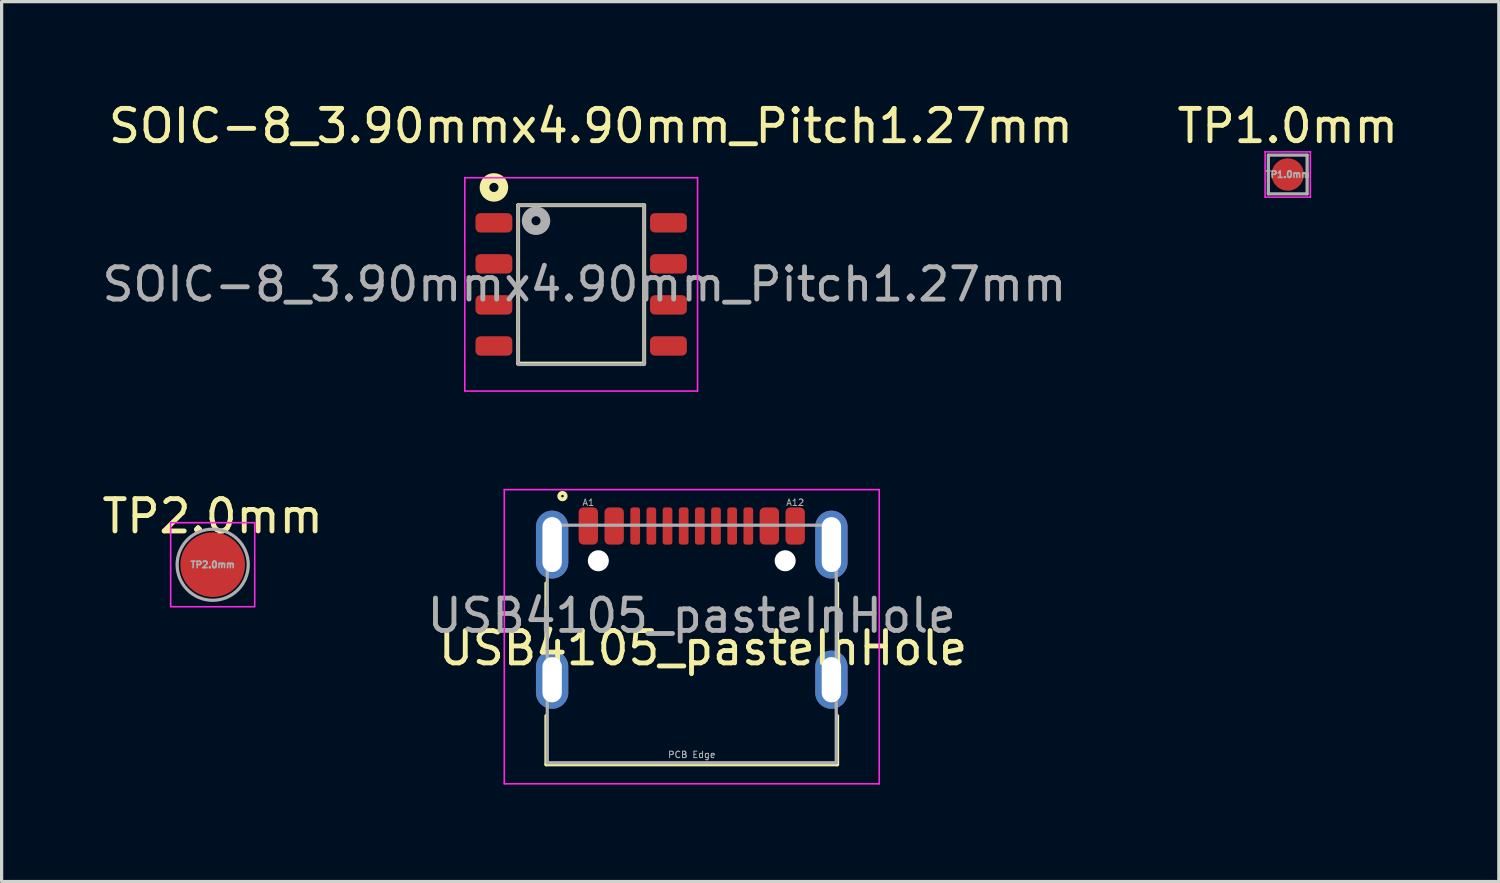
<source format=kicad_pcb>
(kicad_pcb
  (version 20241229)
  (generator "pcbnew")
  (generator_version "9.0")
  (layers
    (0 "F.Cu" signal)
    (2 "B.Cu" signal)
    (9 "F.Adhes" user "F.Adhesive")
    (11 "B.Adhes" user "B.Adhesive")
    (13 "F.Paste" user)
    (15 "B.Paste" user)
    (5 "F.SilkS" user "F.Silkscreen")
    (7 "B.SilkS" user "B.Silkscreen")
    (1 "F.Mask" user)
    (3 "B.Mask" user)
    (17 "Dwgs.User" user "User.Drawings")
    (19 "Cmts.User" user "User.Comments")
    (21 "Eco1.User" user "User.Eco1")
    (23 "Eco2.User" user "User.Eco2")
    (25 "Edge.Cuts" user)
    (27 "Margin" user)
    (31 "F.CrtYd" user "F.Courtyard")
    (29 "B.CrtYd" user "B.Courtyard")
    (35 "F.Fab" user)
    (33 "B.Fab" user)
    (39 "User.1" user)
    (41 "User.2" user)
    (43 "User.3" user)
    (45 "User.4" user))
  (footprint "USB4105_pasteInHole"
    (layer "F.Cu")
    (at 18.351 14.298)
    (property "Reference" "USB4105_pasteInHole" (at 0.35 2.705 180) (layer "F.SilkS") (effects (font (size 1 1) (thickness 0.15))))
    (attr smd)
    (fp_line (start -4.5 2.6) (end -4.5 0.7) (stroke (width 0.12) (type solid)) (layer "F.SilkS"))
    (fp_line (start -4.5 6.3) (end -4.5 4.8) (stroke (width 0.12) (type solid)) (layer "F.SilkS"))
    (fp_line (start 4.5 0.7) (end 4.5 2.6) (stroke (width 0.12) (type solid)) (layer "F.SilkS"))
    (fp_line (start 4.5 4.8) (end 4.5 6.3) (stroke (width 0.12) (type solid)) (layer "F.SilkS"))
    (fp_line (start 4.5 6.3) (end -4.5 6.3) (stroke (width 0.12) (type solid)) (layer "F.SilkS"))
    (fp_circle (center -4 -2) (end -3.9 -2) (stroke (width 0.12) (type solid)) (fill no) (layer "F.SilkS"))
    (fp_line (start -5.8 -2.2) (end 5.8 -2.2) (stroke (width 0.05) (type solid)) (layer "F.CrtYd"))
    (fp_line (start -5.8 6.9) (end -5.8 -2.2) (stroke (width 0.05) (type solid)) (layer "F.CrtYd"))
    (fp_line (start -5.8 6.9) (end 5.8 6.9) (stroke (width 0.05) (type solid)) (layer "F.CrtYd"))
    (fp_line (start 5.8 6.9) (end 5.8 -2.2) (stroke (width 0.05) (type solid)) (layer "F.CrtYd"))
    (fp_line (start -4.47 -1.1) (end -4.47 6.25) (stroke (width 0.1) (type solid)) (layer "F.Fab"))
    (fp_line (start -4.47 6.25) (end 4.47 6.25) (stroke (width 0.1) (type solid)) (layer "F.Fab"))
    (fp_line (start 4.47 -1.1) (end -4.47 -1.1) (stroke (width 0.1) (type solid)) (layer "F.Fab"))
    (fp_line (start 4.47 -1.1) (end 4.47 6.25) (stroke (width 0.1) (type solid)) (layer "F.Fab"))
    (fp_text user "${REFERENCE}" (at 0 1.7 180) (layer "F.Fab") (effects (font (size 1 1) (thickness 0.15))))
    (fp_text user "A12" (at 3.2 -1.8 180) (layer "F.Fab") (effects (font (size 0.2 0.2) (thickness 0.03))))
    (fp_text user "A1" (at -3.2 -1.8 180) (layer "F.Fab") (effects (font (size 0.2 0.2) (thickness 0.03))))
    (fp_text user "PCB Edge" (at 0 6 180) (layer "F.Fab") (effects (font (size 0.2 0.2) (thickness 0.03))))
    (pad "" smd roundrect (at -4.56 -0.5) (size 1.5 2.1) (layers "F.Mask" "F.Paste") (roundrect_rratio 0.333))
    (pad "" smd roundrect (at -4.56 3.68) (size 1.5 1.8) (layers "F.Mask" "F.Paste") (roundrect_rratio 0.333))
    (pad "" np_thru_hole circle (at -2.89 0) (size 0.65 0.65) (drill 0.65) (layers "*.Cu" "*.Mask"))
    (pad "" np_thru_hole circle (at 2.89 0) (size 0.65 0.65) (drill 0.65) (layers "*.Cu" "*.Mask"))
    (pad "" smd roundrect (at 4.56 -0.5) (size 1.5 2.1) (layers "F.Mask" "F.Paste") (roundrect_rratio 0.333))
    (pad "" smd roundrect (at 4.56 3.68) (size 1.5 1.8) (layers "F.Mask" "F.Paste") (roundrect_rratio 0.333))
    (pad "A1" smd roundrect (at -3.2 -1.075) (size 0.6 1.15) (layers "F.Cu" "F.Mask" "F.Paste") (roundrect_rratio 0.25))
    (pad "A4" smd roundrect (at -2.4 -1.075) (size 0.6 1.15) (layers "F.Cu" "F.Mask" "F.Paste") (roundrect_rratio 0.25))
    (pad "A5" smd roundrect (at -1.25 -1.075) (size 0.3 1.15) (layers "F.Cu" "F.Mask" "F.Paste") (roundrect_rratio 0.25))
    (pad "A6" smd roundrect (at -0.25 -1.075) (size 0.3 1.15) (layers "F.Cu" "F.Mask" "F.Paste") (roundrect_rratio 0.25))
    (pad "A7" smd roundrect (at 0.25 -1.075) (size 0.3 1.15) (layers "F.Cu" "F.Mask" "F.Paste") (roundrect_rratio 0.25))
    (pad "A8" smd roundrect (at 1.25 -1.075) (size 0.3 1.15) (layers "F.Cu" "F.Mask" "F.Paste") (roundrect_rratio 0.25))
    (pad "B1" smd roundrect (at 3.2 -1.075) (size 0.6 1.15) (layers "F.Cu" "F.Mask" "F.Paste") (roundrect_rratio 0.25))
    (pad "B4" smd roundrect (at 2.4 -1.075) (size 0.6 1.15) (layers "F.Cu" "F.Mask" "F.Paste") (roundrect_rratio 0.25))
    (pad "B5" smd roundrect (at 1.75 -1.075) (size 0.3 1.15) (layers "F.Cu" "F.Mask" "F.Paste") (roundrect_rratio 0.25))
    (pad "B6" smd roundrect (at 0.75 -1.075) (size 0.3 1.15) (layers "F.Cu" "F.Mask" "F.Paste") (roundrect_rratio 0.25))
    (pad "B7" smd roundrect (at -0.75 -1.075) (size 0.3 1.15) (layers "F.Cu" "F.Mask" "F.Paste") (roundrect_rratio 0.25))
    (pad "B8" smd roundrect (at -1.75 -1.075) (size 0.3 1.15) (layers "F.Cu" "F.Mask" "F.Paste") (roundrect_rratio 0.25))
    (pad "SH" thru_hole oval (at -4.32 -0.5) (size 1 2.1) (drill oval 0.6 1.7) (layers "*.Cu" "*.Mask"))
    (pad "SH" thru_hole oval (at -4.32 3.68) (size 1 1.8) (drill oval 0.6 1.4) (layers "*.Cu" "*.Mask"))
    (pad "SH" thru_hole oval (at 4.32 -0.5) (size 1 2.1) (drill oval 0.6 1.7) (layers "*.Cu" "*.Mask"))
    (pad "SH" thru_hole oval (at 4.32 3.68) (size 1 1.8) (drill oval 0.6 1.4) (layers "*.Cu" "*.Mask")))
  (footprint "SOIC-8_3.90mmx4.90mm_Pitch1.27mm"
    (layer "F.Cu")
    (at 14.93 5.748)
    (property "Reference" "SOIC-8_3.90mmx4.90mm_Pitch1.27mm" (at 0.3 -4.9 0) (layer "F.SilkS") (effects (font (size 1 1) (thickness 0.15))))
    (attr smd)
    (fp_line (start -1.95 -2.45) (end -1.95 2.45) (stroke (width 0.12) (type solid)) (layer "F.SilkS"))
    (fp_line (start -1.95 -2.45) (end 1.95 -2.45) (stroke (width 0.12) (type solid)) (layer "F.SilkS"))
    (fp_line (start -1.95 2.45) (end 1.95 2.45) (stroke (width 0.12) (type solid)) (layer "F.SilkS"))
    (fp_line (start 1.95 -2.45) (end 1.95 2.45) (stroke (width 0.12) (type solid)) (layer "F.SilkS"))
    (fp_circle (center -2.7 -3) (end -2.6 -2.9) (stroke (width 0.3) (type solid)) (fill no) (layer "F.SilkS"))
    (fp_line (start -3.6 -3.3) (end 3.6 -3.3) (stroke (width 0.05) (type solid)) (layer "F.CrtYd"))
    (fp_line (start -3.6 3.3) (end -3.6 -3.3) (stroke (width 0.05) (type solid)) (layer "F.CrtYd"))
    (fp_line (start 3.6 -3.3) (end 3.6 3.3) (stroke (width 0.05) (type solid)) (layer "F.CrtYd"))
    (fp_line (start 3.6 3.3) (end -3.6 3.3) (stroke (width 0.05) (type solid)) (layer "F.CrtYd"))
    (fp_line (start -1.95 -2.45) (end -1.95 2.45) (stroke (width 0.1) (type solid)) (layer "F.Fab"))
    (fp_line (start -1.95 -2.45) (end 1.95 -2.45) (stroke (width 0.1) (type solid)) (layer "F.Fab"))
    (fp_line (start -1.95 2.477) (end 1.95 2.477) (stroke (width 0.1) (type solid)) (layer "F.Fab"))
    (fp_line (start 1.95 -2.45) (end 1.95 2.45) (stroke (width 0.1) (type solid)) (layer "F.Fab"))
    (fp_circle (center -1.397 -1.968) (end -1.297 -1.869) (stroke (width 0.3) (type solid)) (fill no) (layer "F.Fab"))
    (fp_text user "${REFERENCE}" (at 0.1 0 0) (layer "F.Fab") (effects (font (size 1 1) (thickness 0.15))))
    (pad "1" smd roundrect (at -2.7 -1.905 180) (size 1.14 0.6) (layers "F.Cu" "F.Mask" "F.Paste") (roundrect_rratio 0.25))
    (pad "2" smd roundrect (at -2.7 -0.635 180) (size 1.14 0.6) (layers "F.Cu" "F.Mask" "F.Paste") (roundrect_rratio 0.25))
    (pad "3" smd roundrect (at -2.7 0.635 180) (size 1.14 0.6) (layers "F.Cu" "F.Mask" "F.Paste") (roundrect_rratio 0.25))
    (pad "4" smd roundrect (at -2.7 1.905 180) (size 1.14 0.6) (layers "F.Cu" "F.Mask" "F.Paste") (roundrect_rratio 0.25))
    (pad "5" smd roundrect (at 2.7 1.905 180) (size 1.14 0.6) (layers "F.Cu" "F.Mask" "F.Paste") (roundrect_rratio 0.25))
    (pad "6" smd roundrect (at 2.7 0.635 180) (size 1.14 0.6) (layers "F.Cu" "F.Mask" "F.Paste") (roundrect_rratio 0.25))
    (pad "7" smd roundrect (at 2.7 -0.635 180) (size 1.14 0.6) (layers "F.Cu" "F.Mask" "F.Paste") (roundrect_rratio 0.25))
    (pad "8" smd roundrect (at 2.7 -1.905 180) (size 1.14 0.6) (layers "F.Cu" "F.Mask" "F.Paste") (roundrect_rratio 0.25)))
  (footprint "TP2.0mm"
    (layer "F.Cu")
    (at 3.53 14.421)
    (property "Reference" "TP2.0mm" (at 0 -1.5 0) (layer "F.SilkS") (effects (font (size 1 1) (thickness 0.15))))
    (attr exclude_from_pos_files)
    (fp_rect (start -1.3 -1.3) (end 1.3 1.3) (stroke (width 0.05) (type default)) (fill no) (layer "F.CrtYd"))
    (fp_circle (center 0 0) (end 1.1 0) (stroke (width 0.1) (type default)) (fill no) (layer "F.Fab"))
    (fp_text user "${REFERENCE}" (at 0 0 0) (layer "F.Fab") (effects (font (size 0.2 0.2) (thickness 0.05))))
    (pad "1" smd circle (at 0 0 180) (size 2 2) (layers "F.Cu" "F.Mask")))
  (footprint "TP1.0mm"
    (layer "F.Cu")
    (at 36.789 2.348)
    (property "Reference" "TP1.0mm" (at 0 -1.5 0) (layer "F.SilkS") (effects (font (size 1 1) (thickness 0.15))))
    (attr exclude_from_pos_files)
    (fp_line (start -0.7 -0.7) (end 0.7 -0.7) (stroke (width 0.05) (type solid)) (layer "F.CrtYd"))
    (fp_line (start -0.7 0.7) (end -0.7 -0.7) (stroke (width 0.05) (type solid)) (layer "F.CrtYd"))
    (fp_line (start 0.7 -0.7) (end 0.7 0.7) (stroke (width 0.05) (type solid)) (layer "F.CrtYd"))
    (fp_line (start 0.7 0.7) (end -0.7 0.7) (stroke (width 0.05) (type solid)) (layer "F.CrtYd"))
    (fp_line (start -0.6 -0.6) (end 0.6 -0.6) (stroke (width 0.1) (type solid)) (layer "F.Fab"))
    (fp_line (start -0.6 0.6) (end -0.6 -0.6) (stroke (width 0.1) (type solid)) (layer "F.Fab"))
    (fp_line (start 0.6 -0.6) (end 0.6 0.6) (stroke (width 0.1) (type solid)) (layer "F.Fab"))
    (fp_line (start 0.6 0.6) (end -0.6 0.6) (stroke (width 0.1) (type solid)) (layer "F.Fab"))
    (fp_text user "${REFERENCE}" (at 0 0 0) (layer "F.Fab") (effects (font (size 0.2 0.2) (thickness 0.05))))
    (pad "1" smd circle (at 0 0) (size 1 1) (layers "F.Cu" "F.Mask")))
  (gr_rect
    (start -3 -3)
    (end 43.319 24.223)
    (stroke (width 0.1) (type default))
    (fill no)
    (layer "Edge.Cuts")))
</source>
